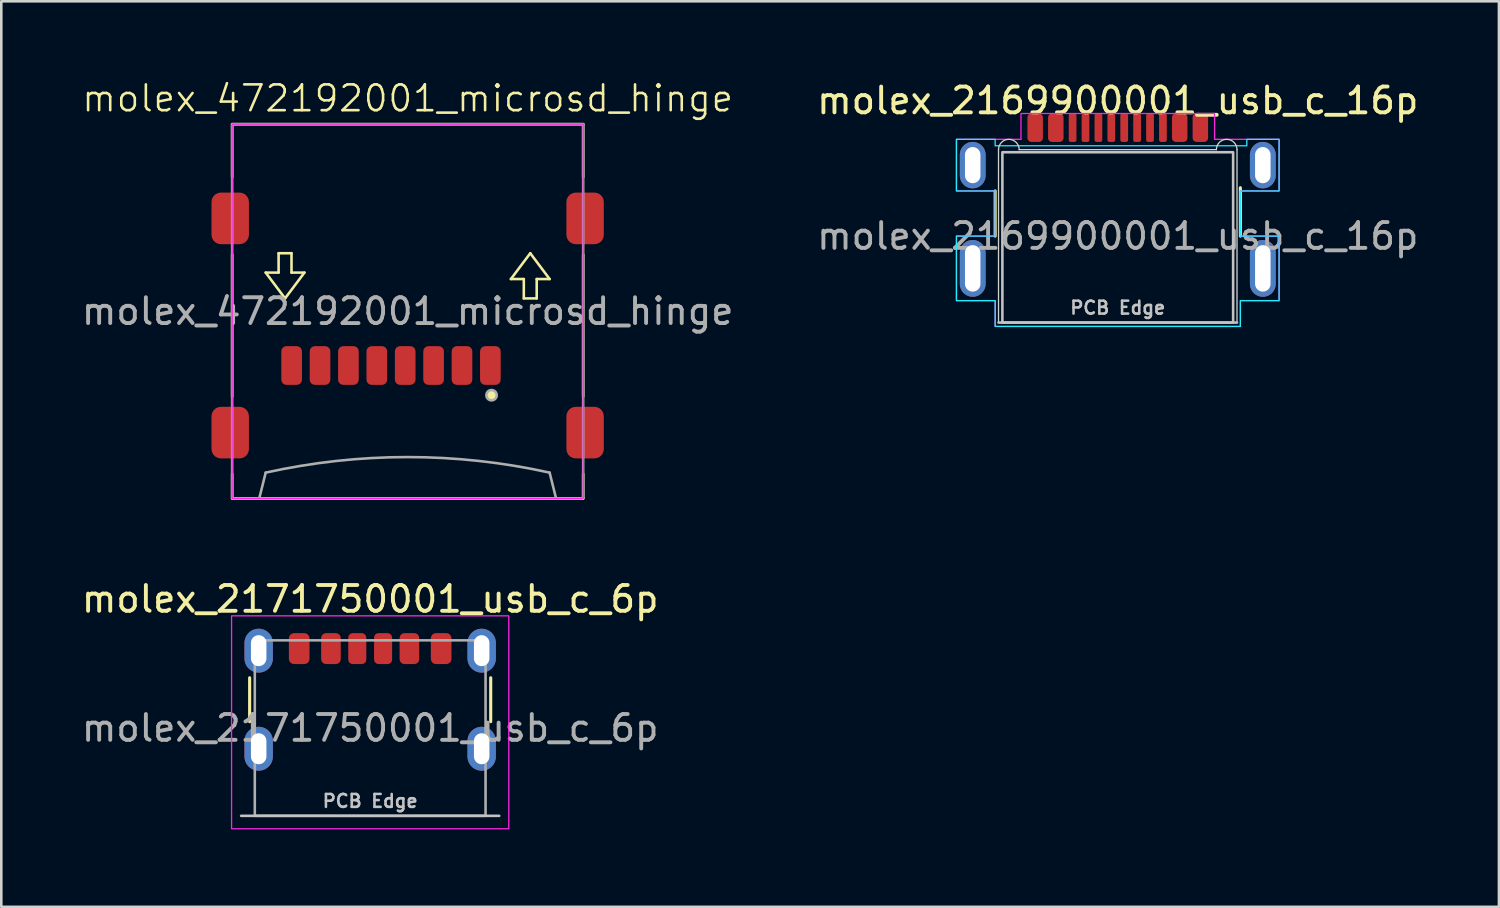
<source format=kicad_pcb>
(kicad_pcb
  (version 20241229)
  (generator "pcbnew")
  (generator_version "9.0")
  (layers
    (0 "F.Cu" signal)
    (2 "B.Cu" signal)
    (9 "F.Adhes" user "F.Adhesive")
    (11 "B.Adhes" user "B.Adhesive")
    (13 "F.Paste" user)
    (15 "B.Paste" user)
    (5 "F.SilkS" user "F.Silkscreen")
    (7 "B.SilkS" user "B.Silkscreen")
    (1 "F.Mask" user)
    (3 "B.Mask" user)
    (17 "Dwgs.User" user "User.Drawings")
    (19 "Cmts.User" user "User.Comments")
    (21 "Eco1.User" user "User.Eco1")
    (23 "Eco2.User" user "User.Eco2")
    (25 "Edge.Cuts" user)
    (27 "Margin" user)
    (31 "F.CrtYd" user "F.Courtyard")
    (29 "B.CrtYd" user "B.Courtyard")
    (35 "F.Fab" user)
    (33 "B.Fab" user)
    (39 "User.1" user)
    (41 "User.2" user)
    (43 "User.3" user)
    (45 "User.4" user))
  (footprint "molex_2171750001_usb_c_6p"
    (layer "F.Cu")
    (at 11.292 25.159)
    (property "Reference" "molex_2171750001_usb_c_6p" (at 0 -5 0) (unlocked yes) (layer "F.SilkS") (effects (font (size 1 1) (thickness 0.15))))
    (attr smd)
    (fp_line (start -4.67 -0.25) (end -4.67 -1.95) (stroke (width 0.12) (type solid)) (layer "F.SilkS"))
    (fp_line (start 4.67 -0.25) (end 4.67 -1.95) (stroke (width 0.12) (type solid)) (layer "F.SilkS"))
    (fp_line (start 5 3.4) (end -5 3.4) (stroke (width 0.1) (type solid)) (layer "Dwgs.User"))
    (fp_rect (start -5.37 -4.35) (end 5.37 3.9) (stroke (width 0.05) (type solid)) (fill no) (layer "F.CrtYd"))
    (fp_rect (start -4.47 -3.4) (end 4.47 3.4) (stroke (width 0.1) (type solid)) (fill no) (layer "F.Fab"))
    (fp_text user "PCB Edge" (at 0 2.825 0) (unlocked yes) (layer "Dwgs.User") (effects (font (size 0.5 0.5) (thickness 0.1))))
    (fp_text user "${REFERENCE}" (at 0 0 0) (unlocked yes) (layer "F.Fab") (effects (font (size 1 1) (thickness 0.15))))
    (pad "A5" smd roundrect (at -0.5 -3.08) (size 0.7 1.2) (layers "F.Cu" "F.Mask" "F.Paste") (roundrect_rratio 0.25))
    (pad "A9" smd roundrect (at 1.52 -3.08 180) (size 0.76 1.2) (layers "F.Cu" "F.Mask" "F.Paste") (roundrect_rratio 0.25))
    (pad "A12" smd roundrect (at 2.75 -3.08 180) (size 0.8 1.2) (layers "F.Cu" "F.Mask" "F.Paste") (roundrect_rratio 0.25))
    (pad "B5" smd roundrect (at 0.5 -3.08 180) (size 0.7 1.2) (layers "F.Cu" "F.Mask" "F.Paste") (roundrect_rratio 0.25))
    (pad "B9" smd roundrect (at -1.52 -3.08) (size 0.76 1.2) (layers "F.Cu" "F.Mask" "F.Paste") (roundrect_rratio 0.25))
    (pad "B12" smd roundrect (at -2.75 -3.08) (size 0.8 1.2) (layers "F.Cu" "F.Mask" "F.Paste") (roundrect_rratio 0.25))
    (pad "S1" thru_hole oval (at -4.32 -3) (size 1.1 1.7) (drill oval 0.6 1.2) (layers "*.Cu" "*.Mask" "F.Paste"))
    (pad "S1" thru_hole oval (at -4.32 0.8) (size 1.1 1.7) (drill oval 0.6 1.2) (layers "*.Cu" "*.Mask" "F.Paste"))
    (pad "S1" thru_hole oval (at 4.32 -3) (size 1.1 1.7) (drill oval 0.6 1.2) (layers "*.Cu" "*.Mask" "F.Paste"))
    (pad "S1" thru_hole oval (at 4.32 0.8) (size 1.1 1.7) (drill oval 0.6 1.2) (layers "*.Cu" "*.Mask" "F.Paste")))
  (footprint "molex_472192001_microsd_hinge"
    (layer "F.Cu")
    (at 12.744 9.011)
    (property "Reference" "molex_472192001_microsd_hinge" (at 0 -8.25 0) (unlocked yes) (layer "F.SilkS") (effects (font (size 1 1) (thickness 0.1))))
    (attr smd)
    (fp_line (start -6.8 -7.25) (end -6.8 -5.2) (stroke (width 0.1) (type default)) (layer "F.SilkS"))
    (fp_line (start -6.8 -7.25) (end 6.8 -7.25) (stroke (width 0.1) (type default)) (layer "F.SilkS"))
    (fp_line (start -6.8 -2.2) (end -6.8 3.3) (stroke (width 0.1) (type default)) (layer "F.SilkS"))
    (fp_line (start -6.8 7.25) (end -6.8 6.3) (stroke (width 0.1) (type default)) (layer "F.SilkS"))
    (fp_line (start -6.8 7.25) (end 6.8 7.25) (stroke (width 0.1) (type default)) (layer "F.SilkS"))
    (fp_line (start -5.5 -1.5) (end -4.75 -0.5) (stroke (width 0.1) (type default)) (layer "F.SilkS"))
    (fp_line (start -5 -2.25) (end -5 -1.5) (stroke (width 0.1) (type default)) (layer "F.SilkS"))
    (fp_line (start -5 -1.5) (end -5.5 -1.5) (stroke (width 0.1) (type default)) (layer "F.SilkS"))
    (fp_line (start -4.75 -0.5) (end -4 -1.5) (stroke (width 0.1) (type default)) (layer "F.SilkS"))
    (fp_line (start -4.5 -2.25) (end -5 -2.25) (stroke (width 0.1) (type default)) (layer "F.SilkS"))
    (fp_line (start -4.5 -1.5) (end -4.5 -2.25) (stroke (width 0.1) (type default)) (layer "F.SilkS"))
    (fp_line (start -4 -1.5) (end -4.5 -1.5) (stroke (width 0.1) (type default)) (layer "F.SilkS"))
    (fp_line (start 4 -1.25) (end 4.5 -1.25) (stroke (width 0.1) (type default)) (layer "F.SilkS"))
    (fp_line (start 4.5 -1.25) (end 4.5 -0.5) (stroke (width 0.1) (type default)) (layer "F.SilkS"))
    (fp_line (start 4.5 -0.5) (end 5 -0.5) (stroke (width 0.1) (type default)) (layer "F.SilkS"))
    (fp_line (start 4.75 -2.25) (end 4 -1.25) (stroke (width 0.1) (type default)) (layer "F.SilkS"))
    (fp_line (start 5 -1.25) (end 5.5 -1.25) (stroke (width 0.1) (type default)) (layer "F.SilkS"))
    (fp_line (start 5 -0.5) (end 5 -1.25) (stroke (width 0.1) (type default)) (layer "F.SilkS"))
    (fp_line (start 5.5 -1.25) (end 4.75 -2.25) (stroke (width 0.1) (type default)) (layer "F.SilkS"))
    (fp_line (start 6.8 -5.2) (end 6.8 -7.25) (stroke (width 0.1) (type default)) (layer "F.SilkS"))
    (fp_line (start 6.8 -2.2) (end 6.8 3.3) (stroke (width 0.1) (type default)) (layer "F.SilkS"))
    (fp_line (start 6.8 7.25) (end 6.8 6.3) (stroke (width 0.1) (type default)) (layer "F.SilkS"))
    (fp_circle (center 3.25 3.25) (end 3.45 3.25) (stroke (width 0) (type solid)) (fill yes) (layer "F.SilkS"))
    (fp_poly (pts (xy -6.8 -7.25) (xy 6.8 -7.25) (xy 6.8 7.25) (xy -6.8 7.25)) (stroke (width 0.05) (type solid)) (fill no) (layer "F.CrtYd"))
    (fp_line (start -5.75 7.25) (end -5.5 6.25) (stroke (width 0.1) (type default)) (layer "F.Fab"))
    (fp_line (start 5.75 7.25) (end 5.5 6.25) (stroke (width 0.1) (type default)) (layer "F.Fab"))
    (fp_rect (start -6.8 -7.25) (end 6.8 7.25) (stroke (width 0.1) (type default)) (fill no) (layer "F.Fab"))
    (fp_arc (start -5.5 6.25) (mid 0 5.647652) (end 5.5 6.25) (stroke (width 0.1) (type default)) (layer "F.Fab"))
    (fp_circle (center 3.25 3.25) (end 3.45 3.25) (stroke (width 0.1) (type solid)) (fill no) (layer "F.Fab"))
    (fp_text user "${REFERENCE}" (at 0 0 0) (unlocked yes) (layer "F.Fab") (effects (font (size 1 1) (thickness 0.15))))
    (pad "1" smd roundrect (at 3.205 2.1) (size 0.8 1.5) (layers "F.Cu" "F.Mask" "F.Paste") (roundrect_rratio 0.25))
    (pad "2" smd roundrect (at 2.105 2.1) (size 0.8 1.5) (layers "F.Cu" "F.Mask" "F.Paste") (roundrect_rratio 0.25))
    (pad "3" smd roundrect (at 1.005 2.1) (size 0.8 1.5) (layers "F.Cu" "F.Mask" "F.Paste") (roundrect_rratio 0.25))
    (pad "4" smd roundrect (at -0.095 2.1) (size 0.8 1.5) (layers "F.Cu" "F.Mask" "F.Paste") (roundrect_rratio 0.25))
    (pad "5" smd roundrect (at -1.195 2.1) (size 0.8 1.5) (layers "F.Cu" "F.Mask" "F.Paste") (roundrect_rratio 0.25))
    (pad "6" smd roundrect (at -2.295 2.1) (size 0.8 1.5) (layers "F.Cu" "F.Mask" "F.Paste") (roundrect_rratio 0.25))
    (pad "7" smd roundrect (at -3.395 2.1) (size 0.8 1.5) (layers "F.Cu" "F.Mask" "F.Paste") (roundrect_rratio 0.25))
    (pad "8" smd roundrect (at -4.495 2.1) (size 0.8 1.5) (layers "F.Cu" "F.Mask" "F.Paste") (roundrect_rratio 0.25))
    (pad "G1" smd roundrect (at 6.875 4.7) (size 1.45 2) (layers "F.Cu" "F.Mask" "F.Paste") (roundrect_rratio 0.25))
    (pad "G2" smd roundrect (at 6.875 -3.6) (size 1.45 2) (layers "F.Cu" "F.Mask" "F.Paste") (roundrect_rratio 0.25))
    (pad "G3" smd roundrect (at -6.875 -3.6) (size 1.45 2) (layers "F.Cu" "F.Mask" "F.Paste") (roundrect_rratio 0.25))
    (pad "G4" smd roundrect (at -6.875 4.7) (size 1.45 2) (layers "F.Cu" "F.Mask" "F.Paste") (roundrect_rratio 0.25)))
  (footprint "molex_2169900001_usb_c_16p"
    (layer "F.Cu")
    (at 40.256 6.098)
    (property "Reference" "molex_2169900001_usb_c_16p" (at 0 -5.25 0) (unlocked yes) (layer "F.SilkS") (effects (font (size 1 1) (thickness 0.15))))
    (attr smd)
    (fp_line (start -4.75 0) (end -4.75 -1.75) (stroke (width 0.12) (type solid)) (layer "F.SilkS"))
    (fp_line (start 4.75 0) (end 4.75 -1.875) (stroke (width 0.12) (type solid)) (layer "F.SilkS"))
    (fp_line (start 4.62 3.35) (end -4.62 3.35) (stroke (width 0.1) (type solid)) (layer "Dwgs.User"))
    (fp_rect (start -4.47 -3.25) (end 4.47 3.35) (stroke (width 0.1) (type solid)) (fill no) (layer "Dwgs.User"))
    (fp_line (start -4.62 3.35) (end -4.62 -3.35) (stroke (width 0.05) (type default)) (layer "Edge.Cuts"))
    (fp_line (start -3.82 -3.35) (end 3.82 -3.35) (stroke (width 0.05) (type default)) (layer "Edge.Cuts"))
    (fp_line (start 4.62 -3.35) (end 4.62 3.35) (stroke (width 0.05) (type default)) (layer "Edge.Cuts"))
    (fp_arc (start -4.62 -3.35) (mid -4.22 -3.75) (end -3.82 -3.35) (stroke (width 0.05) (type default)) (layer "Edge.Cuts"))
    (fp_arc (start 3.82 -3.35) (mid 4.22 -3.75) (end 4.62 -3.35) (stroke (width 0.05) (type default)) (layer "Edge.Cuts"))
    (fp_poly (pts (xy -6.25 -3.75) (xy -4.75 -3.75) (xy -4.75 -3.5) (xy 5 -3.5) (xy 5 -3.75) (xy 6.25 -3.75) (xy 6.25 -1.75) (xy 4.75 -1.75) (xy 4.75 0) (xy 6.25 0) (xy 6.25 2.5) (xy 4.75 2.5) (xy 4.75 3.5) (xy -4.75 3.5) (xy -4.75 2.5) (xy -6.25 2.5) (xy -6.25 0) (xy -4.75 0) (xy -4.75 -1.75) (xy -6.25 -1.75)) (stroke (width 0.05) (type solid)) (fill no) (layer "B.CrtYd"))
    (fp_poly (pts (xy -3.75 -3.75) (xy -6.25 -3.75) (xy -6.25 -1.75) (xy -4.75 -1.75) (xy -4.75 0) (xy -6.25 0) (xy -6.25 2.5) (xy -4.75 2.5) (xy -4.75 3.5) (xy 4.75 3.5) (xy 4.75 2.5) (xy 6.25 2.5) (xy 6.25 0) (xy 4.75 0) (xy 4.75 -1.75) (xy 6.25 -1.75) (xy 6.25 -3.75) (xy 3.75 -3.75) (xy 3.75 -4.75) (xy -3.75 -4.75)) (stroke (width 0.05) (type solid)) (fill no) (layer "F.CrtYd"))
    (fp_text user "PCB Edge" (at 0 2.775 0) (unlocked yes) (layer "Dwgs.User") (effects (font (size 0.5 0.5) (thickness 0.1))))
    (fp_text user "${REFERENCE}" (at 0 0 0) (unlocked yes) (layer "F.Fab") (effects (font (size 1 1) (thickness 0.15))))
    (pad "A1/B12" smd roundrect (at -3.2 -4.2) (size 0.6 1.1) (layers "F.Cu" "F.Mask" "F.Paste") (roundrect_rratio 0.25))
    (pad "A4/B9" smd roundrect (at -2.4 -4.2) (size 0.6 1.1) (layers "F.Cu" "F.Mask" "F.Paste") (roundrect_rratio 0.25))
    (pad "A5" smd roundrect (at -1.25 -4.2) (size 0.3 1.1) (layers "F.Cu" "F.Mask" "F.Paste") (roundrect_rratio 0.25))
    (pad "A6" smd roundrect (at -0.25 -4.2) (size 0.3 1.1) (layers "F.Cu" "F.Mask" "F.Paste") (roundrect_rratio 0.25))
    (pad "A7" smd roundrect (at 0.25 -4.2) (size 0.3 1.1) (layers "F.Cu" "F.Mask" "F.Paste") (roundrect_rratio 0.25))
    (pad "A8" smd roundrect (at 1.25 -4.2) (size 0.3 1.1) (layers "F.Cu" "F.Mask" "F.Paste") (roundrect_rratio 0.25))
    (pad "B1/A12" smd roundrect (at 3.2 -4.2) (size 0.6 1.1) (layers "F.Cu" "F.Mask" "F.Paste") (roundrect_rratio 0.25))
    (pad "B4/A9" smd roundrect (at 2.4 -4.2) (size 0.6 1.1) (layers "F.Cu" "F.Mask" "F.Paste") (roundrect_rratio 0.25))
    (pad "B5" smd roundrect (at 1.75 -4.2) (size 0.3 1.1) (layers "F.Cu" "F.Mask" "F.Paste") (roundrect_rratio 0.25))
    (pad "B6" smd roundrect (at 0.75 -4.2) (size 0.3 1.1) (layers "F.Cu" "F.Mask" "F.Paste") (roundrect_rratio 0.25))
    (pad "B7" smd roundrect (at -0.75 -4.2) (size 0.3 1.1) (layers "F.Cu" "F.Mask" "F.Paste") (roundrect_rratio 0.25))
    (pad "B8" smd roundrect (at -1.75 -4.2) (size 0.3 1.1) (layers "F.Cu" "F.Mask" "F.Paste") (roundrect_rratio 0.25))
    (pad "S1" thru_hole oval (at -5.62 -2.75) (size 1 1.8) (drill oval 0.6 1.4) (layers "*.Cu" "*.Mask" "F.Paste"))
    (pad "S1" thru_hole oval (at -5.62 1.25) (size 1 2.2) (drill oval 0.6 1.8) (layers "*.Cu" "*.Mask" "F.Paste"))
    (pad "S1" thru_hole oval (at 5.62 -2.75) (size 1 1.8) (drill oval 0.6 1.4) (layers "*.Cu" "*.Mask" "F.Paste"))
    (pad "S1" thru_hole oval (at 5.62 1.25) (size 1 2.2) (drill oval 0.6 1.8) (layers "*.Cu" "*.Mask" "F.Paste")))
  (gr_rect
    (start -3 -3)
    (end 55.024 32.084)
    (stroke (width 0.1) (type default))
    (fill no)
    (layer "Edge.Cuts")))
</source>
